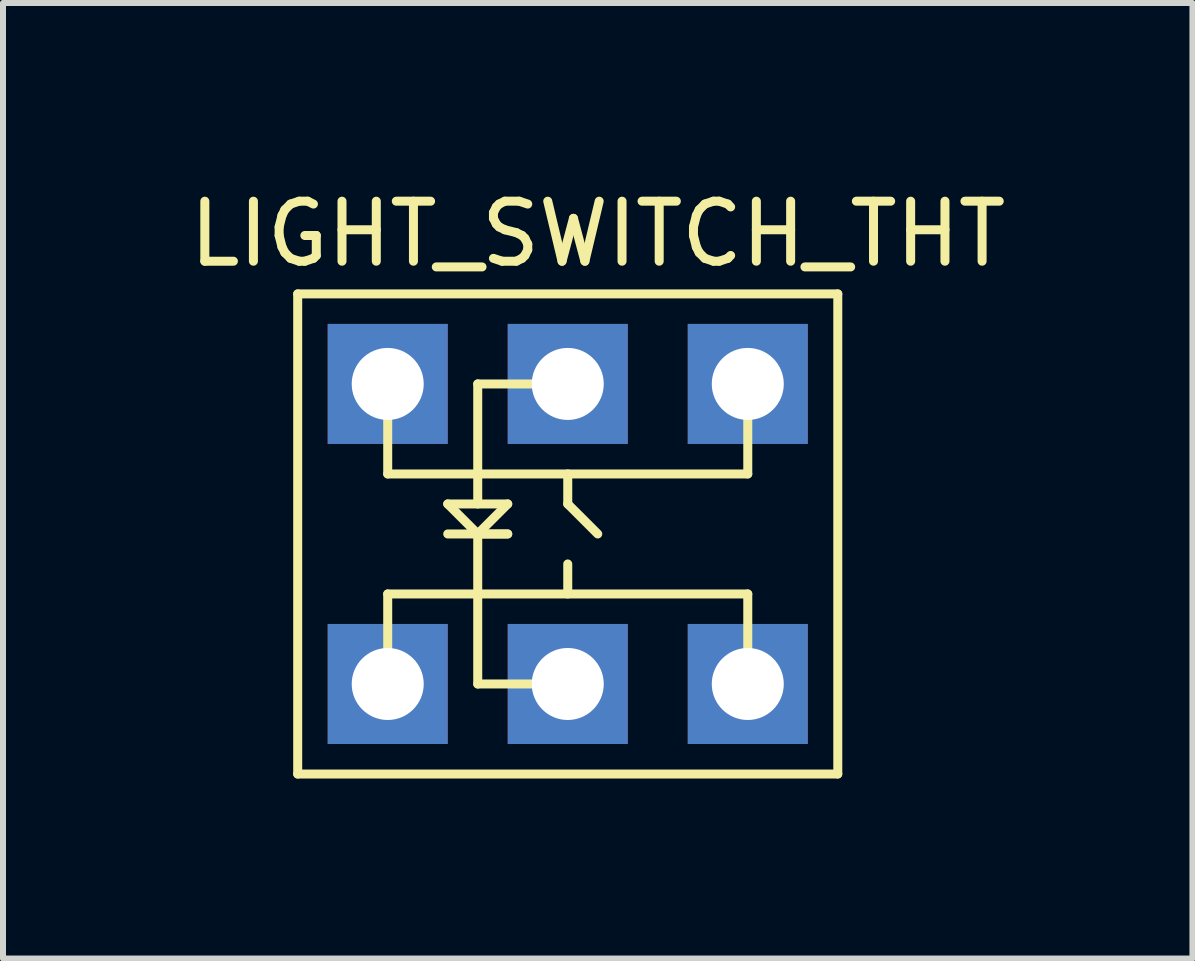
<source format=kicad_pcb>
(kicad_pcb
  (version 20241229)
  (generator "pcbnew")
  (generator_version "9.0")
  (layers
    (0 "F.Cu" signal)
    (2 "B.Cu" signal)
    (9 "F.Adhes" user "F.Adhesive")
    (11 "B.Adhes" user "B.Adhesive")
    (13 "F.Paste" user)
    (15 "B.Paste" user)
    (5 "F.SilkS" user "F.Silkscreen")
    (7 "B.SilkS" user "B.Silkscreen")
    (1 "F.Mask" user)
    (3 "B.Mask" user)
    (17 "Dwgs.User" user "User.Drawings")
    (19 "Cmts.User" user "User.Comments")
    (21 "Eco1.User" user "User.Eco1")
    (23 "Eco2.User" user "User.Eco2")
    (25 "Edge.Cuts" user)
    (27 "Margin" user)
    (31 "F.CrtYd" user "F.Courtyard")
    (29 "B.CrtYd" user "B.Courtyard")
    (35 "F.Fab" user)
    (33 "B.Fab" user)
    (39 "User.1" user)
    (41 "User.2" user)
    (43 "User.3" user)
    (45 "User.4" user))
  (footprint "LIGHT_SWITCH_THT"
    (layer "F.Cu")
    (at 6.411 5.848)
    (property "Reference" "LIGHT_SWITCH_THT" (at 0.5 -5 0) (layer "F.SilkS") (effects (font (size 1 1) (thickness 0.15))))
    (attr through_hole)
    (fp_line (start -4.5 -4) (end -4.5 4) (stroke (width 0.15) (type solid)) (layer "F.SilkS"))
    (fp_line (start -4.5 4) (end 4.5 4) (stroke (width 0.15) (type solid)) (layer "F.SilkS"))
    (fp_line (start -3 -2) (end -3 -1) (stroke (width 0.15) (type solid)) (layer "F.SilkS"))
    (fp_line (start -3 -1) (end 3 -1) (stroke (width 0.15) (type solid)) (layer "F.SilkS"))
    (fp_line (start -3 1) (end 3 1) (stroke (width 0.15) (type solid)) (layer "F.SilkS"))
    (fp_line (start -3 2.5) (end -3 1) (stroke (width 0.15) (type solid)) (layer "F.SilkS"))
    (fp_line (start -2 -0.5) (end -1 -0.5) (stroke (width 0.15) (type solid)) (layer "F.SilkS"))
    (fp_line (start -2 0) (end -1 0) (stroke (width 0.15) (type solid)) (layer "F.SilkS"))
    (fp_line (start -1.5 -2.5) (end 0 -2.5) (stroke (width 0.15) (type solid)) (layer "F.SilkS"))
    (fp_line (start -1.5 -1) (end -1.5 -2.5) (stroke (width 0.15) (type solid)) (layer "F.SilkS"))
    (fp_line (start -1.5 -1) (end -1.5 -0.5) (stroke (width 0.15) (type solid)) (layer "F.SilkS"))
    (fp_line (start -1.5 0) (end -2 -0.5) (stroke (width 0.15) (type solid)) (layer "F.SilkS"))
    (fp_line (start -1.5 0) (end -1.5 2.5) (stroke (width 0.15) (type solid)) (layer "F.SilkS"))
    (fp_line (start -1.5 2.5) (end 0 2.5) (stroke (width 0.15) (type solid)) (layer "F.SilkS"))
    (fp_line (start -1 -0.5) (end -1.5 0) (stroke (width 0.15) (type solid)) (layer "F.SilkS"))
    (fp_line (start -1 0) (end -1.5 0) (stroke (width 0.15) (type solid)) (layer "F.SilkS"))
    (fp_line (start 0 -1) (end 0 -0.5) (stroke (width 0.15) (type solid)) (layer "F.SilkS"))
    (fp_line (start 0 -0.5) (end 0.5 0) (stroke (width 0.15) (type solid)) (layer "F.SilkS"))
    (fp_line (start 0 1) (end 0 0.5) (stroke (width 0.15) (type solid)) (layer "F.SilkS"))
    (fp_line (start 3 -1) (end 3 -2.5) (stroke (width 0.15) (type solid)) (layer "F.SilkS"))
    (fp_line (start 3 1) (end 3 2.5) (stroke (width 0.15) (type solid)) (layer "F.SilkS"))
    (fp_line (start 4.5 -4) (end -4.5 -4) (stroke (width 0.15) (type solid)) (layer "F.SilkS"))
    (fp_line (start 4.5 4) (end 4.5 -4) (stroke (width 0.15) (type solid)) (layer "F.SilkS"))
    (pad "1" thru_hole rect (at -3 -2.5) (size 2 2) (drill 1.2) (layers "*.Cu" "*.Mask"))
    (pad "1" thru_hole rect (at 3 -2.5) (size 2 2) (drill 1.2) (layers "*.Cu" "*.Mask"))
    (pad "2" thru_hole rect (at -3 2.5) (size 2 2) (drill 1.2) (layers "*.Cu" "*.Mask"))
    (pad "2" thru_hole rect (at 3 2.5) (size 2 2) (drill 1.2) (layers "*.Cu" "*.Mask"))
    (pad "3" thru_hole rect (at 0 -2.5) (size 2 2) (drill 1.2) (layers "*.Cu" "*.Mask"))
    (pad "4" thru_hole rect (at 0 2.5) (size 2 2) (drill 1.2) (layers "*.Cu" "*.Mask")))
  (gr_rect
    (start -3 -3)
    (end 16.821 12.923)
    (stroke (width 0.1) (type default))
    (fill no)
    (layer "Edge.Cuts")))
</source>
